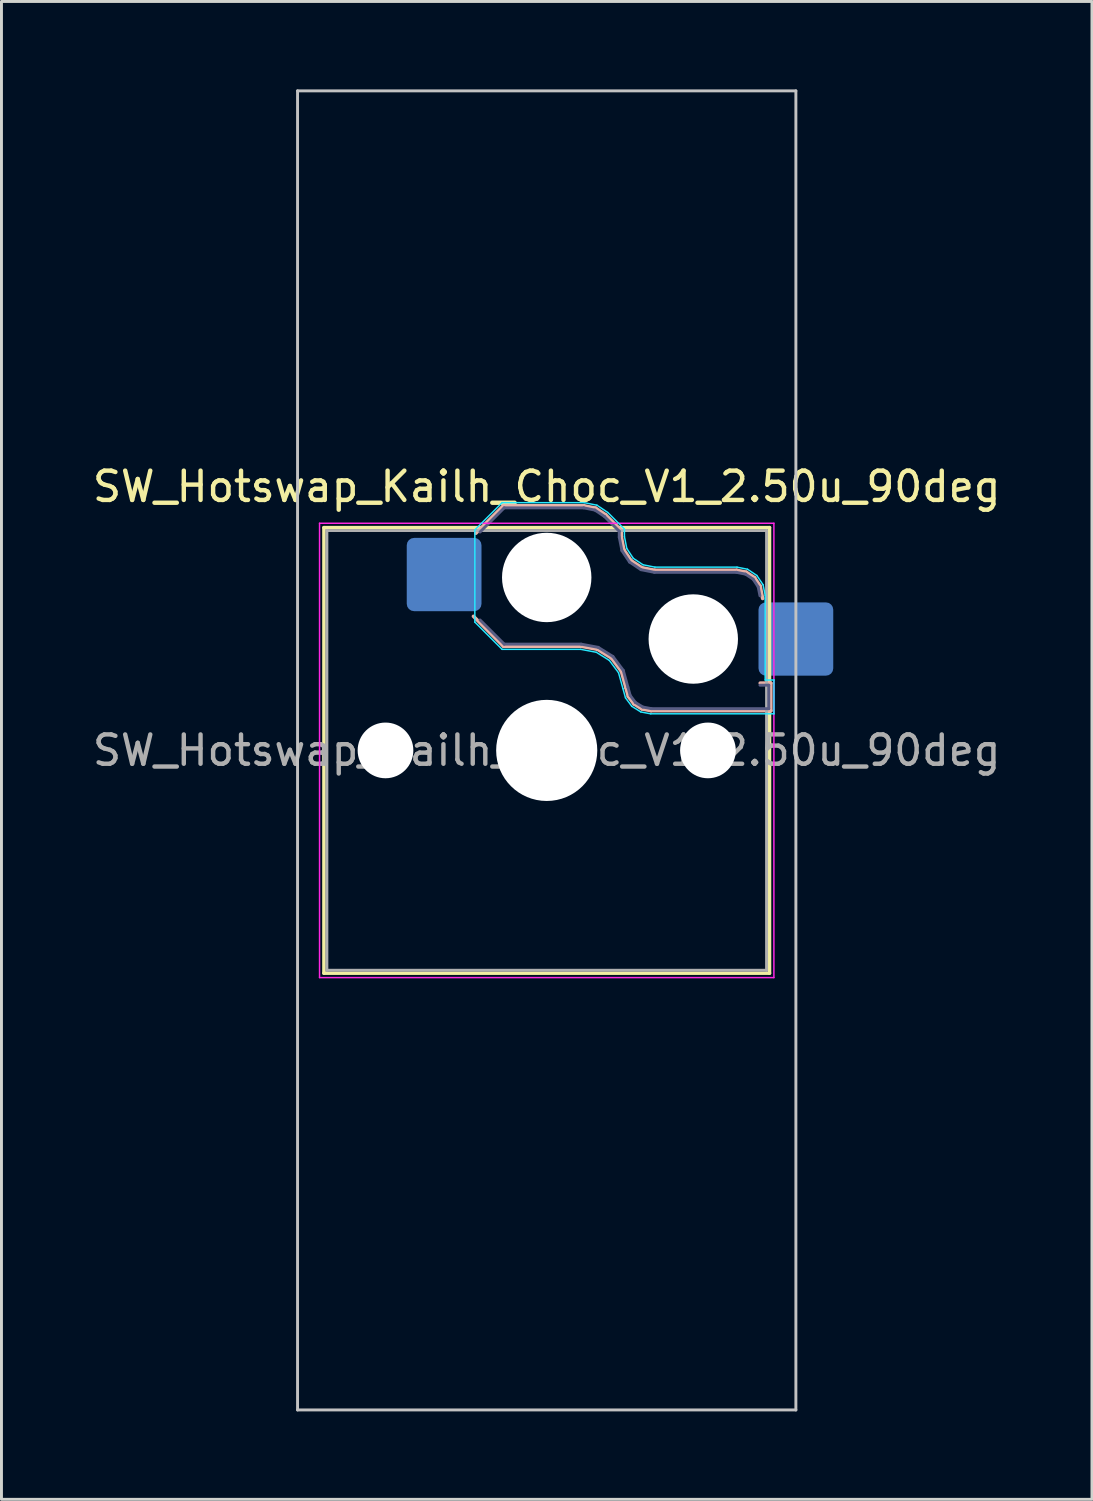
<source format=kicad_pcb>
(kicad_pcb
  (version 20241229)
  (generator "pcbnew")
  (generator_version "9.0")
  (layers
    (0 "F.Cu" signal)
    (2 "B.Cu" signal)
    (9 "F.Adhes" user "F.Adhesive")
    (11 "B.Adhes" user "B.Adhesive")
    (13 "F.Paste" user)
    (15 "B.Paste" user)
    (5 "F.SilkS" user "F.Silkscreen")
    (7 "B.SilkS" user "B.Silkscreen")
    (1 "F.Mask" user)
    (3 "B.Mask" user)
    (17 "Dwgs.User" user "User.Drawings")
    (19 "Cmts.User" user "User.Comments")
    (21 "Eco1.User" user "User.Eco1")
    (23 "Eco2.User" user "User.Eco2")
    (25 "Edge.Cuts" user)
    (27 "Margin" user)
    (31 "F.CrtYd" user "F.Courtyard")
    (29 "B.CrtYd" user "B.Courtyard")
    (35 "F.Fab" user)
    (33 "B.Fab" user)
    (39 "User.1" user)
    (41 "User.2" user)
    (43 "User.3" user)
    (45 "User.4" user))
  (footprint "SW_Hotswap_Kailh_Choc_V1_2.50u_90deg"
    (layer "F.Cu")
    (at 15.601 22.55)
    (property "Reference" "SW_Hotswap_Kailh_Choc_V1_2.50u_90deg" (at 0 -9 0) (layer "F.SilkS") (effects (font (size 1 1) (thickness 0.15))))
    (attr smd)
    (fp_line (start -7.6 -7.6) (end -7.6 7.6) (stroke (width 0.12) (type solid)) (layer "F.SilkS"))
    (fp_line (start -7.6 7.6) (end 7.6 7.6) (stroke (width 0.12) (type solid)) (layer "F.SilkS"))
    (fp_line (start 7.6 -7.6) (end -7.6 -7.6) (stroke (width 0.12) (type solid)) (layer "F.SilkS"))
    (fp_line (start 7.6 7.6) (end 7.6 -7.6) (stroke (width 0.12) (type solid)) (layer "F.SilkS"))
    (fp_line (start -2.416 -7.409) (end -1.479 -8.346) (stroke (width 0.12) (type solid)) (layer "B.SilkS"))
    (fp_line (start -1.479 -8.346) (end 1.268 -8.346) (stroke (width 0.12) (type solid)) (layer "B.SilkS"))
    (fp_line (start -1.479 -3.554) (end -2.5 -4.575) (stroke (width 0.12) (type solid)) (layer "B.SilkS"))
    (fp_line (start 1.168 -3.554) (end -1.479 -3.554) (stroke (width 0.12) (type solid)) (layer "B.SilkS"))
    (fp_line (start 1.268 -8.346) (end 1.671 -8.266) (stroke (width 0.12) (type solid)) (layer "B.SilkS"))
    (fp_line (start 1.671 -8.266) (end 2.013 -8.037) (stroke (width 0.12) (type solid)) (layer "B.SilkS"))
    (fp_line (start 1.73 -3.449) (end 1.168 -3.554) (stroke (width 0.12) (type solid)) (layer "B.SilkS"))
    (fp_line (start 2.013 -8.037) (end 2.546 -7.504) (stroke (width 0.12) (type solid)) (layer "B.SilkS"))
    (fp_line (start 2.209 -3.15) (end 1.73 -3.449) (stroke (width 0.12) (type solid)) (layer "B.SilkS"))
    (fp_line (start 2.546 -7.504) (end 2.546 -7.282) (stroke (width 0.12) (type solid)) (layer "B.SilkS"))
    (fp_line (start 2.546 -7.282) (end 2.633 -6.844) (stroke (width 0.12) (type solid)) (layer "B.SilkS"))
    (fp_line (start 2.547 -2.697) (end 2.209 -3.15) (stroke (width 0.12) (type solid)) (layer "B.SilkS"))
    (fp_line (start 2.633 -6.844) (end 2.877 -6.477) (stroke (width 0.12) (type solid)) (layer "B.SilkS"))
    (fp_line (start 2.701 -2.139) (end 2.547 -2.697) (stroke (width 0.12) (type solid)) (layer "B.SilkS"))
    (fp_line (start 2.783 -1.841) (end 2.701 -2.139) (stroke (width 0.12) (type solid)) (layer "B.SilkS"))
    (fp_line (start 2.877 -6.477) (end 3.244 -6.233) (stroke (width 0.12) (type solid)) (layer "B.SilkS"))
    (fp_line (start 2.976 -1.583) (end 2.783 -1.841) (stroke (width 0.12) (type solid)) (layer "B.SilkS"))
    (fp_line (start 3.244 -6.233) (end 3.682 -6.146) (stroke (width 0.12) (type solid)) (layer "B.SilkS"))
    (fp_line (start 3.25 -1.413) (end 2.976 -1.583) (stroke (width 0.12) (type solid)) (layer "B.SilkS"))
    (fp_line (start 3.56 -1.354) (end 3.25 -1.413) (stroke (width 0.12) (type solid)) (layer "B.SilkS"))
    (fp_line (start 3.682 -6.146) (end 6.482 -6.146) (stroke (width 0.12) (type solid)) (layer "B.SilkS"))
    (fp_line (start 6.482 -6.146) (end 6.809 -6.081) (stroke (width 0.12) (type solid)) (layer "B.SilkS"))
    (fp_line (start 6.809 -6.081) (end 7.092 -5.892) (stroke (width 0.12) (type solid)) (layer "B.SilkS"))
    (fp_line (start 7.092 -5.892) (end 7.281 -5.609) (stroke (width 0.12) (type solid)) (layer "B.SilkS"))
    (fp_line (start 7.281 -5.609) (end 7.366 -5.182) (stroke (width 0.12) (type solid)) (layer "B.SilkS"))
    (fp_line (start 7.283 -2.296) (end 7.646 -2.296) (stroke (width 0.12) (type solid)) (layer "B.SilkS"))
    (fp_line (start 7.646 -2.296) (end 7.646 -1.354) (stroke (width 0.12) (type solid)) (layer "B.SilkS"))
    (fp_line (start 7.646 -1.354) (end 3.56 -1.354) (stroke (width 0.12) (type solid)) (layer "B.SilkS"))
    (fp_line (start -8.5 -22.5) (end 8.5 -22.5) (stroke (width 0.1) (type solid)) (layer "Dwgs.User"))
    (fp_line (start -8.5 22.5) (end -8.5 -22.5) (stroke (width 0.1) (type solid)) (layer "Dwgs.User"))
    (fp_line (start 8.5 -22.5) (end 8.5 22.5) (stroke (width 0.1) (type solid)) (layer "Dwgs.User"))
    (fp_line (start 8.5 22.5) (end -8.5 22.5) (stroke (width 0.1) (type solid)) (layer "Dwgs.User"))
    (fp_line (start -7.25 -7.25) (end -7.25 7.25) (stroke (width 0.1) (type solid)) (layer "Eco1.User"))
    (fp_line (start -7.25 7.25) (end 7.25 7.25) (stroke (width 0.1) (type solid)) (layer "Eco1.User"))
    (fp_line (start 7.25 -7.25) (end -7.25 -7.25) (stroke (width 0.1) (type solid)) (layer "Eco1.User"))
    (fp_line (start 7.25 7.25) (end 7.25 -7.25) (stroke (width 0.1) (type solid)) (layer "Eco1.User"))
    (fp_line (start -2.452 -7.523) (end -1.523 -8.452) (stroke (width 0.05) (type solid)) (layer "B.CrtYd"))
    (fp_line (start -2.452 -4.377) (end -2.452 -7.523) (stroke (width 0.05) (type solid)) (layer "B.CrtYd"))
    (fp_line (start -1.523 -8.452) (end 1.278 -8.452) (stroke (width 0.05) (type solid)) (layer "B.CrtYd"))
    (fp_line (start -1.523 -3.448) (end -2.452 -4.377) (stroke (width 0.05) (type solid)) (layer "B.CrtYd"))
    (fp_line (start 1.159 -3.448) (end -1.523 -3.448) (stroke (width 0.05) (type solid)) (layer "B.CrtYd"))
    (fp_line (start 1.278 -8.452) (end 1.712 -8.366) (stroke (width 0.05) (type solid)) (layer "B.CrtYd"))
    (fp_line (start 1.691 -3.348) (end 1.159 -3.448) (stroke (width 0.05) (type solid)) (layer "B.CrtYd"))
    (fp_line (start 1.712 -8.366) (end 2.081 -8.119) (stroke (width 0.05) (type solid)) (layer "B.CrtYd"))
    (fp_line (start 2.081 -8.119) (end 2.652 -7.548) (stroke (width 0.05) (type solid)) (layer "B.CrtYd"))
    (fp_line (start 2.136 -3.071) (end 1.691 -3.348) (stroke (width 0.05) (type solid)) (layer "B.CrtYd"))
    (fp_line (start 2.45 -2.65) (end 2.136 -3.071) (stroke (width 0.05) (type solid)) (layer "B.CrtYd"))
    (fp_line (start 2.599 -2.111) (end 2.45 -2.65) (stroke (width 0.05) (type solid)) (layer "B.CrtYd"))
    (fp_line (start 2.652 -7.548) (end 2.652 -7.292) (stroke (width 0.05) (type solid)) (layer "B.CrtYd"))
    (fp_line (start 2.652 -7.292) (end 2.733 -6.885) (stroke (width 0.05) (type solid)) (layer "B.CrtYd"))
    (fp_line (start 2.687 -1.794) (end 2.599 -2.111) (stroke (width 0.05) (type solid)) (layer "B.CrtYd"))
    (fp_line (start 2.733 -6.885) (end 2.953 -6.553) (stroke (width 0.05) (type solid)) (layer "B.CrtYd"))
    (fp_line (start 2.903 -1.503) (end 2.687 -1.794) (stroke (width 0.05) (type solid)) (layer "B.CrtYd"))
    (fp_line (start 2.953 -6.553) (end 3.285 -6.333) (stroke (width 0.05) (type solid)) (layer "B.CrtYd"))
    (fp_line (start 3.211 -1.312) (end 2.903 -1.503) (stroke (width 0.05) (type solid)) (layer "B.CrtYd"))
    (fp_line (start 3.285 -6.333) (end 3.692 -6.252) (stroke (width 0.05) (type solid)) (layer "B.CrtYd"))
    (fp_line (start 3.55 -1.248) (end 3.211 -1.312) (stroke (width 0.05) (type solid)) (layer "B.CrtYd"))
    (fp_line (start 3.692 -6.252) (end 6.492 -6.252) (stroke (width 0.05) (type solid)) (layer "B.CrtYd"))
    (fp_line (start 6.492 -6.252) (end 6.85 -6.181) (stroke (width 0.05) (type solid)) (layer "B.CrtYd"))
    (fp_line (start 6.85 -6.181) (end 7.168 -5.968) (stroke (width 0.05) (type solid)) (layer "B.CrtYd"))
    (fp_line (start 7.168 -5.968) (end 7.381 -5.65) (stroke (width 0.05) (type solid)) (layer "B.CrtYd"))
    (fp_line (start 7.381 -5.65) (end 7.452 -5.292) (stroke (width 0.05) (type solid)) (layer "B.CrtYd"))
    (fp_line (start 7.452 -5.292) (end 7.452 -2.402) (stroke (width 0.05) (type solid)) (layer "B.CrtYd"))
    (fp_line (start 7.452 -2.402) (end 7.752 -2.402) (stroke (width 0.05) (type solid)) (layer "B.CrtYd"))
    (fp_line (start 7.752 -2.402) (end 7.752 -1.248) (stroke (width 0.05) (type solid)) (layer "B.CrtYd"))
    (fp_line (start 7.752 -1.248) (end 3.55 -1.248) (stroke (width 0.05) (type solid)) (layer "B.CrtYd"))
    (fp_line (start -7.75 -7.75) (end -7.75 7.75) (stroke (width 0.05) (type solid)) (layer "F.CrtYd"))
    (fp_line (start -7.75 7.75) (end 7.75 7.75) (stroke (width 0.05) (type solid)) (layer "F.CrtYd"))
    (fp_line (start 7.75 -7.75) (end -7.75 -7.75) (stroke (width 0.05) (type solid)) (layer "F.CrtYd"))
    (fp_line (start 7.75 7.75) (end 7.75 -7.75) (stroke (width 0.05) (type solid)) (layer "F.CrtYd"))
    (fp_line (start -2.275 -7.45) (end -1.45 -8.275) (stroke (width 0.1) (type solid)) (layer "B.Fab"))
    (fp_line (start -1.45 -8.275) (end 1.261 -8.275) (stroke (width 0.1) (type solid)) (layer "B.Fab"))
    (fp_line (start -1.45 -3.625) (end -2.275 -4.45) (stroke (width 0.1) (type solid)) (layer "B.Fab"))
    (fp_line (start 1.175 -3.625) (end -1.45 -3.625) (stroke (width 0.1) (type solid)) (layer "B.Fab"))
    (fp_line (start 1.261 -8.275) (end 1.643 -8.199) (stroke (width 0.1) (type solid)) (layer "B.Fab"))
    (fp_line (start 1.643 -8.199) (end 1.968 -7.982) (stroke (width 0.1) (type solid)) (layer "B.Fab"))
    (fp_line (start 1.756 -3.516) (end 1.175 -3.625) (stroke (width 0.1) (type solid)) (layer "B.Fab"))
    (fp_line (start 1.968 -7.982) (end 2.475 -7.475) (stroke (width 0.1) (type solid)) (layer "B.Fab"))
    (fp_line (start 2.258 -3.203) (end 1.756 -3.516) (stroke (width 0.1) (type solid)) (layer "B.Fab"))
    (fp_line (start 2.475 -7.475) (end 2.475 -7.275) (stroke (width 0.1) (type solid)) (layer "B.Fab"))
    (fp_line (start 2.475 -7.275) (end 2.566 -6.816) (stroke (width 0.1) (type solid)) (layer "B.Fab"))
    (fp_line (start 2.566 -6.816) (end 2.826 -6.426) (stroke (width 0.1) (type solid)) (layer "B.Fab"))
    (fp_line (start 2.612 -2.729) (end 2.258 -3.203) (stroke (width 0.1) (type solid)) (layer "B.Fab"))
    (fp_line (start 2.769 -2.158) (end 2.612 -2.729) (stroke (width 0.1) (type solid)) (layer "B.Fab"))
    (fp_line (start 2.826 -6.426) (end 3.216 -6.166) (stroke (width 0.1) (type solid)) (layer "B.Fab"))
    (fp_line (start 2.848 -1.873) (end 2.769 -2.158) (stroke (width 0.1) (type solid)) (layer "B.Fab"))
    (fp_line (start 3.025 -1.636) (end 2.848 -1.873) (stroke (width 0.1) (type solid)) (layer "B.Fab"))
    (fp_line (start 3.216 -6.166) (end 3.675 -6.075) (stroke (width 0.1) (type solid)) (layer "B.Fab"))
    (fp_line (start 3.276 -1.48) (end 3.025 -1.636) (stroke (width 0.1) (type solid)) (layer "B.Fab"))
    (fp_line (start 3.567 -1.425) (end 3.276 -1.48) (stroke (width 0.1) (type solid)) (layer "B.Fab"))
    (fp_line (start 3.675 -6.075) (end 6.475 -6.075) (stroke (width 0.1) (type solid)) (layer "B.Fab"))
    (fp_line (start 6.475 -6.075) (end 6.781 -6.014) (stroke (width 0.1) (type solid)) (layer "B.Fab"))
    (fp_line (start 6.781 -6.014) (end 7.041 -5.841) (stroke (width 0.1) (type solid)) (layer "B.Fab"))
    (fp_line (start 7.041 -5.841) (end 7.214 -5.581) (stroke (width 0.1) (type solid)) (layer "B.Fab"))
    (fp_line (start 7.214 -5.581) (end 7.275 -5.275) (stroke (width 0.1) (type solid)) (layer "B.Fab"))
    (fp_line (start 7.275 -2.225) (end 7.575 -2.225) (stroke (width 0.1) (type solid)) (layer "B.Fab"))
    (fp_line (start 7.575 -2.225) (end 7.575 -1.425) (stroke (width 0.1) (type solid)) (layer "B.Fab"))
    (fp_line (start 7.575 -1.425) (end 3.567 -1.425) (stroke (width 0.1) (type solid)) (layer "B.Fab"))
    (fp_line (start -7.5 -7.5) (end -7.5 7.5) (stroke (width 0.1) (type solid)) (layer "F.Fab"))
    (fp_line (start -7.5 7.5) (end 7.5 7.5) (stroke (width 0.1) (type solid)) (layer "F.Fab"))
    (fp_line (start 7.5 -7.5) (end -7.5 -7.5) (stroke (width 0.1) (type solid)) (layer "F.Fab"))
    (fp_line (start 7.5 7.5) (end 7.5 -7.5) (stroke (width 0.1) (type solid)) (layer "F.Fab"))
    (fp_text user "${REFERENCE}" (at 0 0 0) (layer "F.Fab") (effects (font (size 1 1) (thickness 0.15))))
    (pad "" np_thru_hole circle (at -5.5 0) (size 1.9 1.9) (drill 1.9) (layers "*.Cu" "*.Mask"))
    (pad "" np_thru_hole circle (at 0 -5.9) (size 3.05 3.05) (drill 3.05) (layers "*.Cu" "*.Mask"))
    (pad "" np_thru_hole circle (at 0 0) (size 3.45 3.45) (drill 3.45) (layers "*.Cu" "*.Mask"))
    (pad "" np_thru_hole circle (at 5 -3.8) (size 3.05 3.05) (drill 3.05) (layers "*.Cu" "*.Mask"))
    (pad "" np_thru_hole circle (at 5.5 0) (size 1.9 1.9) (drill 1.9) (layers "*.Cu" "*.Mask"))
    (pad "1" smd roundrect (at -3.5 -6) (size 2.55 2.5) (layers "B.Cu" "B.Mask" "B.Paste") (roundrect_rratio 0.1))
    (pad "2" smd roundrect (at 8.5 -3.8) (size 2.55 2.5) (layers "B.Cu" "B.Mask" "B.Paste") (roundrect_rratio 0.1)))
  (gr_rect
    (start -3 -3)
    (end 34.202 48.1)
    (stroke (width 0.1) (type default))
    (fill no)
    (layer "Edge.Cuts")))
</source>
